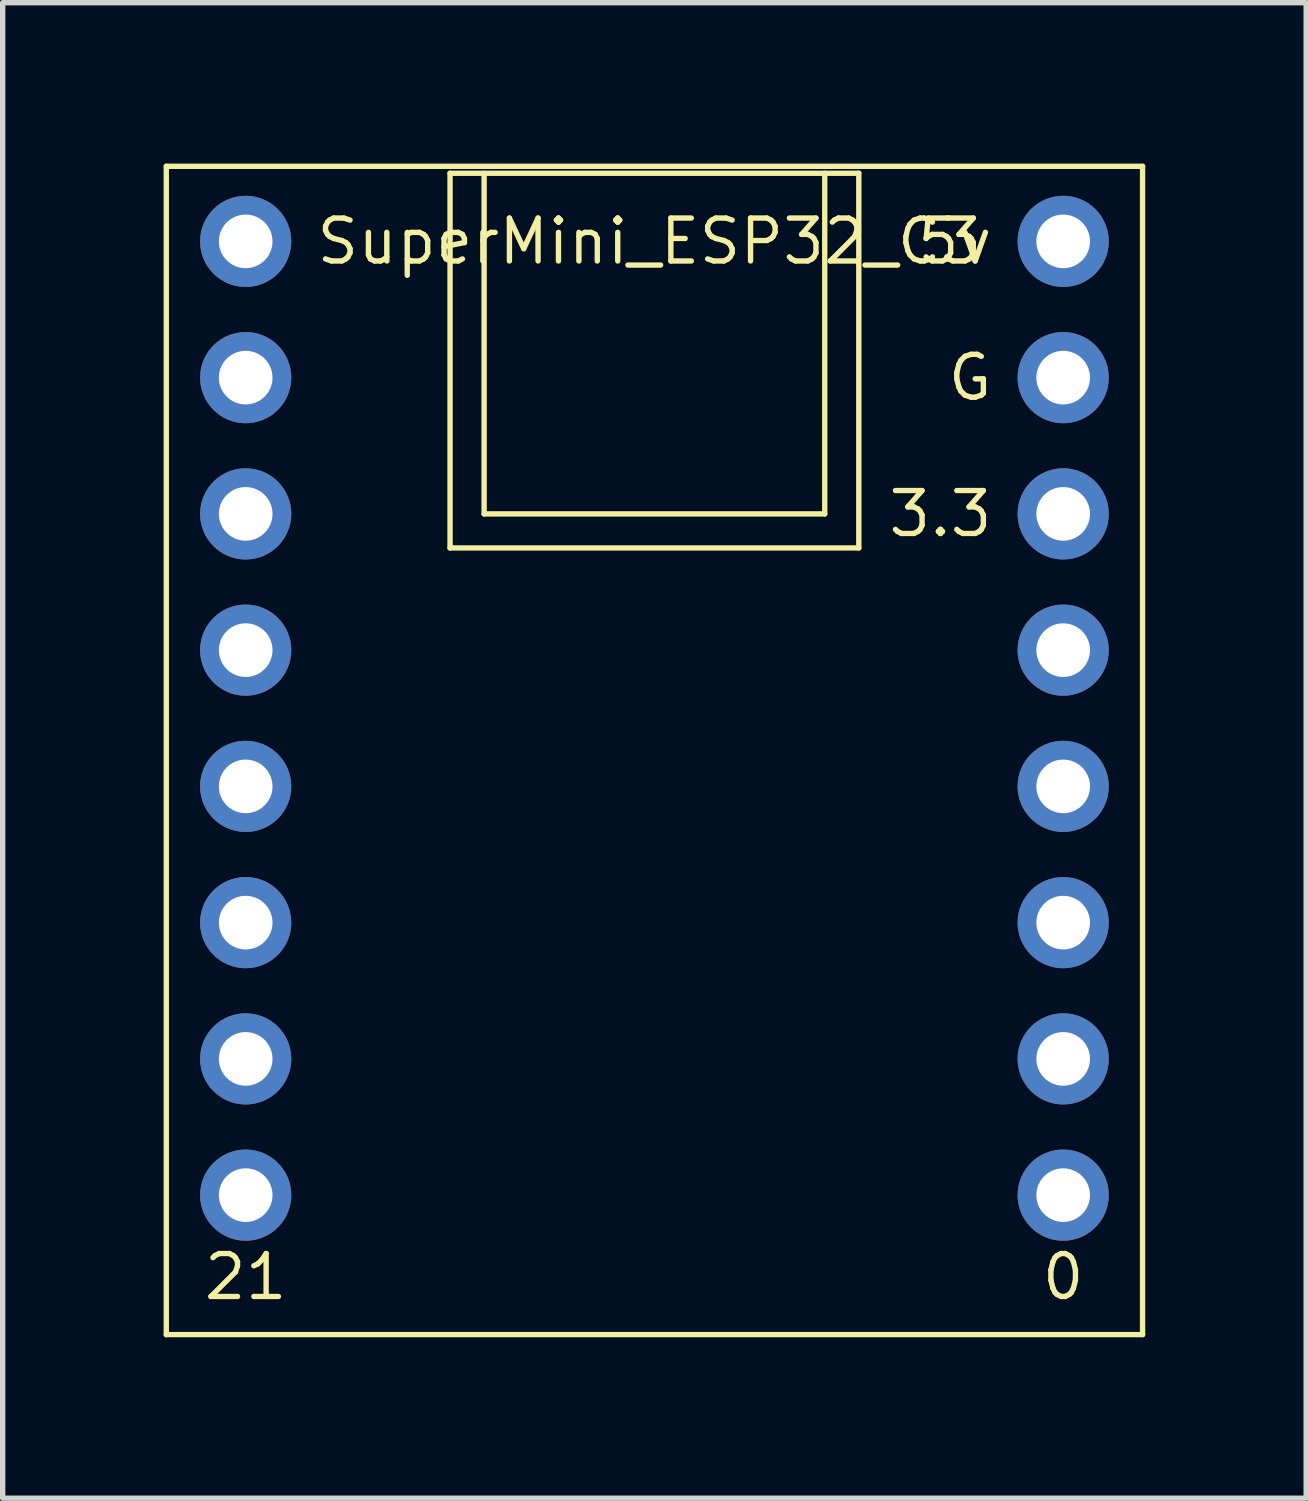
<source format=kicad_pcb>
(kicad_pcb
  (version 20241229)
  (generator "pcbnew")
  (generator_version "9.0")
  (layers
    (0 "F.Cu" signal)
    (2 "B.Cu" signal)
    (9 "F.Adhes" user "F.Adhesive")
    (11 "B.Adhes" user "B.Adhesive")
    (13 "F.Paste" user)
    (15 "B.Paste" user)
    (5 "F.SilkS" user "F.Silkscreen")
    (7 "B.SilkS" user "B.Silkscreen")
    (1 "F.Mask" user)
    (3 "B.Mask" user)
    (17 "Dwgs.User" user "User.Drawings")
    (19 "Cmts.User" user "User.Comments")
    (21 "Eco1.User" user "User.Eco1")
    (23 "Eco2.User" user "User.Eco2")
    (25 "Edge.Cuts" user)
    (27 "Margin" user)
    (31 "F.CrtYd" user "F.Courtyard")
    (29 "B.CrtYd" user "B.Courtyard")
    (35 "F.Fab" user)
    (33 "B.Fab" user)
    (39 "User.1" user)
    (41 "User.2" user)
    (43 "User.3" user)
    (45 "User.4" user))
  (footprint "SuperMini_ESP32_C3"
    (layer "F.Cu")
    (at 1.53 1.45)
    (property "Reference" "SuperMini_ESP32_C3" (at 1.27 0 180) (layer "F.SilkS") (effects (font (size 0.8 0.8) (thickness 0.1)) (justify left)))
    (attr through_hole)
    (fp_line (start -1.48 -1.4) (end -1.48 20.38) (stroke (width 0.1) (type default)) (layer "F.SilkS"))
    (fp_line (start -1.48 -1.4) (end 16.72 -1.4) (stroke (width 0.1) (type default)) (layer "F.SilkS"))
    (fp_line (start -1.48 20.38) (end 16.72 20.38) (stroke (width 0.1) (type default)) (layer "F.SilkS"))
    (fp_line (start 3.81 -1.27) (end 11.43 -1.27) (stroke (width 0.1) (type default)) (layer "F.SilkS"))
    (fp_line (start 3.81 5.715) (end 3.81 -1.27) (stroke (width 0.1) (type default)) (layer "F.SilkS"))
    (fp_line (start 4.445 -1.27) (end 4.445 5.08) (stroke (width 0.1) (type default)) (layer "F.SilkS"))
    (fp_line (start 4.445 5.08) (end 10.795 5.08) (stroke (width 0.1) (type default)) (layer "F.SilkS"))
    (fp_line (start 10.795 5.08) (end 10.795 -1.27) (stroke (width 0.1) (type default)) (layer "F.SilkS"))
    (fp_line (start 11.43 -1.27) (end 11.43 5.715) (stroke (width 0.1) (type default)) (layer "F.SilkS"))
    (fp_line (start 11.43 5.715) (end 3.81 5.715) (stroke (width 0.1) (type default)) (layer "F.SilkS"))
    (fp_line (start 16.72 20.38) (end 16.72 -1.4) (stroke (width 0.1) (type default)) (layer "F.SilkS"))
    (fp_text user "0" (at 15.24 19.304 0) (layer "F.SilkS") (effects (font (size 0.8 0.8) (thickness 0.1))))
    (fp_text user "G" (at 13.97 2.54 0) (layer "F.SilkS") (effects (font (size 0.8 0.8) (thickness 0.1)) (justify right)))
    (fp_text user "21" (at 0 19.304 0) (layer "F.SilkS") (effects (font (size 0.8 0.8) (thickness 0.1))))
    (fp_text user "3.3" (at 13.97 5.08 0) (layer "F.SilkS") (effects (font (size 0.8 0.8) (thickness 0.1)) (justify right)))
    (fp_text user "5v" (at 13.97 0 0) (layer "F.SilkS") (effects (font (size 0.8 0.8) (thickness 0.1)) (justify right)))
    (pad "1" thru_hole circle (at 0 0 90) (size 1.7 1.7) (drill 1) (layers "*.Cu" "*.Mask"))
    (pad "2" thru_hole circle (at 0 2.54 90) (size 1.7 1.7) (drill 1) (layers "*.Cu" "*.Mask"))
    (pad "3" thru_hole circle (at 0 5.08 90) (size 1.7 1.7) (drill 1) (layers "*.Cu" "*.Mask"))
    (pad "4" thru_hole circle (at 0 7.62 90) (size 1.7 1.7) (drill 1) (layers "*.Cu" "*.Mask"))
    (pad "5" thru_hole circle (at 0 10.16 90) (size 1.7 1.7) (drill 1) (layers "*.Cu" "*.Mask"))
    (pad "6" thru_hole circle (at 0 12.7 90) (size 1.7 1.7) (drill 1) (layers "*.Cu" "*.Mask"))
    (pad "7" thru_hole circle (at 0 15.24 90) (size 1.7 1.7) (drill 1) (layers "*.Cu" "*.Mask"))
    (pad "8" thru_hole circle (at 0 17.78 90) (size 1.7 1.7) (drill 1) (layers "*.Cu" "*.Mask"))
    (pad "9" thru_hole circle (at 15.24 17.78 90) (size 1.7 1.7) (drill 1) (layers "*.Cu" "*.Mask"))
    (pad "10" thru_hole circle (at 15.24 15.24 90) (size 1.7 1.7) (drill 1) (layers "*.Cu" "*.Mask"))
    (pad "11" thru_hole circle (at 15.24 12.7 90) (size 1.7 1.7) (drill 1) (layers "*.Cu" "*.Mask"))
    (pad "12" thru_hole circle (at 15.24 10.16 90) (size 1.7 1.7) (drill 1) (layers "*.Cu" "*.Mask"))
    (pad "13" thru_hole circle (at 15.24 7.62 90) (size 1.7 1.7) (drill 1) (layers "*.Cu" "*.Mask"))
    (pad "14" thru_hole circle (at 15.24 5.08 90) (size 1.7 1.7) (drill 1) (layers "*.Cu" "*.Mask"))
    (pad "15" thru_hole circle (at 15.24 2.54 90) (size 1.7 1.7) (drill 1) (layers "*.Cu" "*.Mask"))
    (pad "16" thru_hole circle (at 15.24 0 90) (size 1.7 1.7) (drill 1) (layers "*.Cu" "*.Mask")))
  (gr_rect
    (start -3 -3)
    (end 21.3 24.88)
    (stroke (width 0.1) (type default))
    (fill no)
    (layer "Edge.Cuts")))
</source>
